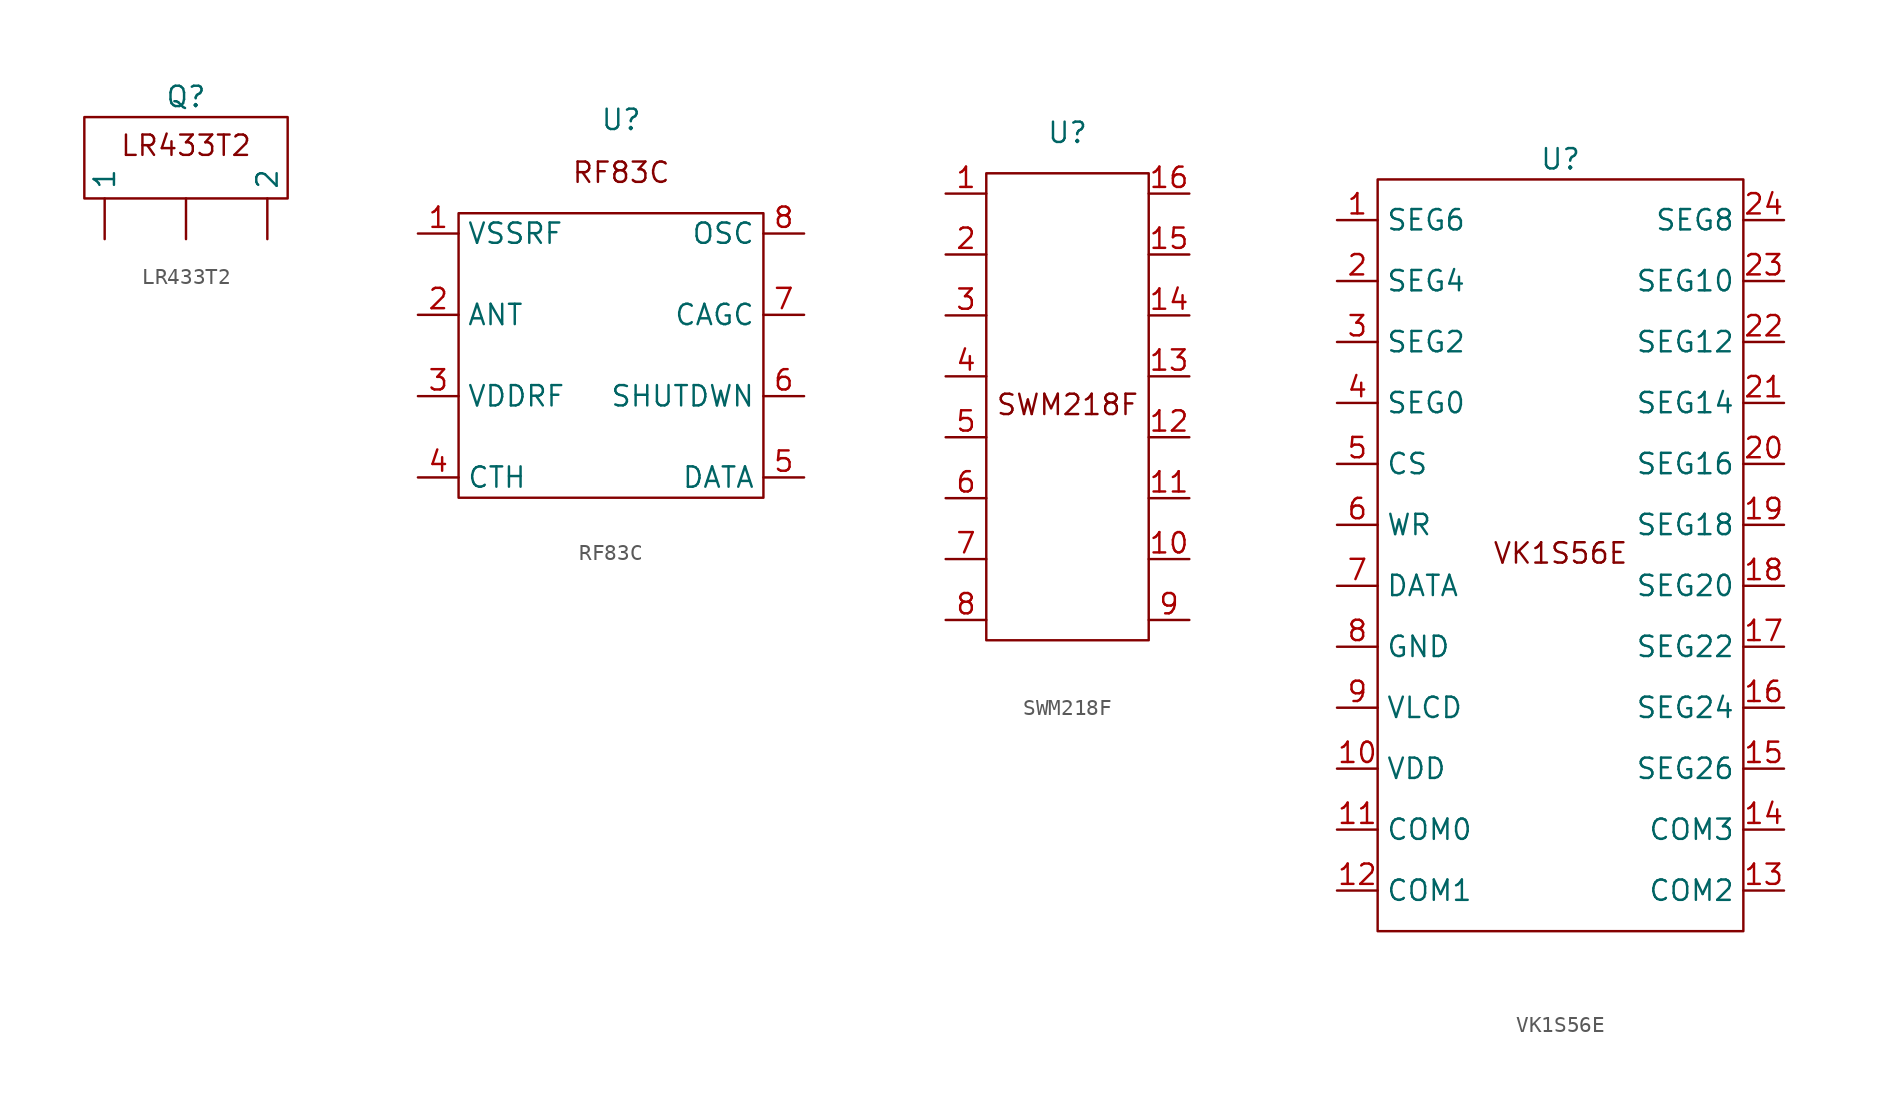
<source format=kicad_sym>
(kicad_symbol_lib
  (version 20231120)
  (generator "kicad_symbol_editor")
  (generator_version "8.0")
  (symbol "LR433T2"
    (property "Reference" "Q"
      (at 0 0 0)
      (effects (font (size 1.27 1.27))))
    (property "Value" ""
      (at 0 0 0)
      (effects (font (size 1.27 1.27))))
    (symbol "LR433T2_1_1"
      (rectangle (start 6.35 -6.35) (end -6.35 -1.27) (stroke (width 0) (type default)) (fill (type none)))
      (text "LR433T2" (at 0 -3.048 0) (effects (font (size 1.27 1.27))))
      (pin unspecified line (at 0 -8.89 90) (length 2.54) (name "" (effects (font (size 1.27 1.27)))) (number "" (effects (font (size 1.27 1.27)))))
      (pin unspecified line (at -5.08 -8.89 90) (length 2.54) (name "1" (effects (font (size 1.27 1.27)))) (number "" (effects (font (size 1.27 1.27)))))
      (pin unspecified line (at 5.08 -8.89 90) (length 2.54) (name "2" (effects (font (size 1.27 1.27)))) (number "" (effects (font (size 1.27 1.27)))))))
  (symbol "RF83C"
    (property "Reference" "U"
      (at 0 3.302 0)
      (effects (font (size 1.27 1.27))))
    (property "Value" ""
      (at 0 0 0)
      (effects (font (size 1.27 1.27))))
    (symbol "RF83C_0_1"
      (rectangle (start -10.16 -2.54) (end 8.89 -20.32) (stroke (width 0) (type default)) (fill (type none))))
    (symbol "RF83C_1_1"
      (text "RF83C" (at 0 0 0) (effects (font (size 1.27 1.27))))
      (pin unspecified line (at -12.7 -3.81 0) (length 2.54) (name "VSSRF" (effects (font (size 1.27 1.27)))) (number "1" (effects (font (size 1.27 1.27)))))
      (pin unspecified line (at -12.7 -8.89 0) (length 2.54) (name "ANT" (effects (font (size 1.27 1.27)))) (number "2" (effects (font (size 1.27 1.27)))))
      (pin unspecified line (at -12.7 -13.97 0) (length 2.54) (name "VDDRF" (effects (font (size 1.27 1.27)))) (number "3" (effects (font (size 1.27 1.27)))))
      (pin unspecified line (at -12.7 -19.05 0) (length 2.54) (name "CTH" (effects (font (size 1.27 1.27)))) (number "4" (effects (font (size 1.27 1.27)))))
      (pin unspecified line (at 11.43 -19.05 180) (length 2.54) (name "DATA" (effects (font (size 1.27 1.27)))) (number "5" (effects (font (size 1.27 1.27)))))
      (pin unspecified line (at 11.43 -13.97 180) (length 2.54) (name "SHUTDWN" (effects (font (size 1.27 1.27)))) (number "6" (effects (font (size 1.27 1.27)))))
      (pin unspecified line (at 11.43 -8.89 180) (length 2.54) (name "CAGC" (effects (font (size 1.27 1.27)))) (number "7" (effects (font (size 1.27 1.27)))))
      (pin unspecified line (at 11.43 -3.81 180) (length 2.54) (name "OSC" (effects (font (size 1.27 1.27)))) (number "8" (effects (font (size 1.27 1.27)))))))
  (symbol "SWM218F"
    (property "Reference" "U"
      (at 0 0 0)
      (effects (font (size 1.27 1.27))))
    (property "Value" ""
      (at 0 0 0)
      (effects (font (size 1.27 1.27))))
    (symbol "SWM218F_0_1"
      (rectangle (start -5.08 -2.54) (end 5.08 -31.75) (stroke (width 0) (type default)) (fill (type none))))
    (symbol "SWM218F_1_1"
      (text "SWM218F" (at 0 -17.018 0) (effects (font (size 1.27 1.27))))
      (pin unspecified line (at -7.62 -3.81 0) (length 2.54) (name "" (effects (font (size 1.27 1.27)))) (number "1" (effects (font (size 1.27 1.27)))))
      (pin unspecified line (at 7.62 -26.67 180) (length 2.54) (name "" (effects (font (size 1.27 1.27)))) (number "10" (effects (font (size 1.27 1.27)))))
      (pin unspecified line (at 7.62 -22.86 180) (length 2.54) (name "" (effects (font (size 1.27 1.27)))) (number "11" (effects (font (size 1.27 1.27)))))
      (pin unspecified line (at 7.62 -19.05 180) (length 2.54) (name "" (effects (font (size 1.27 1.27)))) (number "12" (effects (font (size 1.27 1.27)))))
      (pin unspecified line (at 7.62 -15.24 180) (length 2.54) (name "" (effects (font (size 1.27 1.27)))) (number "13" (effects (font (size 1.27 1.27)))))
      (pin unspecified line (at 7.62 -11.43 180) (length 2.54) (name "" (effects (font (size 1.27 1.27)))) (number "14" (effects (font (size 1.27 1.27)))))
      (pin unspecified line (at 7.62 -7.62 180) (length 2.54) (name "" (effects (font (size 1.27 1.27)))) (number "15" (effects (font (size 1.27 1.27)))))
      (pin unspecified line (at 7.62 -3.81 180) (length 2.54) (name "" (effects (font (size 1.27 1.27)))) (number "16" (effects (font (size 1.27 1.27)))))
      (pin unspecified line (at -7.62 -7.62 0) (length 2.54) (name "" (effects (font (size 1.27 1.27)))) (number "2" (effects (font (size 1.27 1.27)))))
      (pin unspecified line (at -7.62 -11.43 0) (length 2.54) (name "" (effects (font (size 1.27 1.27)))) (number "3" (effects (font (size 1.27 1.27)))))
      (pin unspecified line (at -7.62 -15.24 0) (length 2.54) (name "" (effects (font (size 1.27 1.27)))) (number "4" (effects (font (size 1.27 1.27)))))
      (pin unspecified line (at -7.62 -19.05 0) (length 2.54) (name "" (effects (font (size 1.27 1.27)))) (number "5" (effects (font (size 1.27 1.27)))))
      (pin unspecified line (at -7.62 -22.86 0) (length 2.54) (name "" (effects (font (size 1.27 1.27)))) (number "6" (effects (font (size 1.27 1.27)))))
      (pin unspecified line (at -7.62 -26.67 0) (length 2.54) (name "" (effects (font (size 1.27 1.27)))) (number "7" (effects (font (size 1.27 1.27)))))
      (pin unspecified line (at -7.62 -30.48 0) (length 2.54) (name "" (effects (font (size 1.27 1.27)))) (number "8" (effects (font (size 1.27 1.27)))))
      (pin unspecified line (at 7.62 -30.48 180) (length 2.54) (name "" (effects (font (size 1.27 1.27)))) (number "9" (effects (font (size 1.27 1.27)))))))
  (symbol "VK1S56E"
    (property "Reference" "U"
      (at 0 0 0)
      (effects (font (size 1.27 1.27))))
    (property "Value" ""
      (at 0 0 0)
      (effects (font (size 1.27 1.27))))
    (symbol "VK1S56E_0_1"
      (rectangle (start -11.43 -1.27) (end 11.43 -48.26) (stroke (width 0) (type default)) (fill (type none))))
    (symbol "VK1S56E_1_1"
      (text "VK1S56E" (at 0 -24.638 0) (effects (font (size 1.27 1.27))))
      (pin unspecified line (at -13.97 -3.81 0) (length 2.54) (name "SEG6" (effects (font (size 1.27 1.27)))) (number "1" (effects (font (size 1.27 1.27)))))
      (pin unspecified line (at -13.97 -38.1 0) (length 2.54) (name "VDD" (effects (font (size 1.27 1.27)))) (number "10" (effects (font (size 1.27 1.27)))))
      (pin unspecified line (at -13.97 -41.91 0) (length 2.54) (name "COM0" (effects (font (size 1.27 1.27)))) (number "11" (effects (font (size 1.27 1.27)))))
      (pin unspecified line (at -13.97 -45.72 0) (length 2.54) (name "COM1" (effects (font (size 1.27 1.27)))) (number "12" (effects (font (size 1.27 1.27)))))
      (pin unspecified line (at 13.97 -45.72 180) (length 2.54) (name "COM2" (effects (font (size 1.27 1.27)))) (number "13" (effects (font (size 1.27 1.27)))))
      (pin unspecified line (at 13.97 -41.91 180) (length 2.54) (name "COM3" (effects (font (size 1.27 1.27)))) (number "14" (effects (font (size 1.27 1.27)))))
      (pin unspecified line (at 13.97 -38.1 180) (length 2.54) (name "SEG26" (effects (font (size 1.27 1.27)))) (number "15" (effects (font (size 1.27 1.27)))))
      (pin unspecified line (at 13.97 -34.29 180) (length 2.54) (name "SEG24" (effects (font (size 1.27 1.27)))) (number "16" (effects (font (size 1.27 1.27)))))
      (pin unspecified line (at 13.97 -30.48 180) (length 2.54) (name "SEG22" (effects (font (size 1.27 1.27)))) (number "17" (effects (font (size 1.27 1.27)))))
      (pin unspecified line (at 13.97 -26.67 180) (length 2.54) (name "SEG20" (effects (font (size 1.27 1.27)))) (number "18" (effects (font (size 1.27 1.27)))))
      (pin unspecified line (at 13.97 -22.86 180) (length 2.54) (name "SEG18" (effects (font (size 1.27 1.27)))) (number "19" (effects (font (size 1.27 1.27)))))
      (pin unspecified line (at -13.97 -7.62 0) (length 2.54) (name "SEG4" (effects (font (size 1.27 1.27)))) (number "2" (effects (font (size 1.27 1.27)))))
      (pin unspecified line (at 13.97 -19.05 180) (length 2.54) (name "SEG16" (effects (font (size 1.27 1.27)))) (number "20" (effects (font (size 1.27 1.27)))))
      (pin unspecified line (at 13.97 -15.24 180) (length 2.54) (name "SEG14" (effects (font (size 1.27 1.27)))) (number "21" (effects (font (size 1.27 1.27)))))
      (pin unspecified line (at 13.97 -11.43 180) (length 2.54) (name "SEG12" (effects (font (size 1.27 1.27)))) (number "22" (effects (font (size 1.27 1.27)))))
      (pin unspecified line (at 13.97 -7.62 180) (length 2.54) (name "SEG10" (effects (font (size 1.27 1.27)))) (number "23" (effects (font (size 1.27 1.27)))))
      (pin unspecified line (at 13.97 -3.81 180) (length 2.54) (name "SEG8" (effects (font (size 1.27 1.27)))) (number "24" (effects (font (size 1.27 1.27)))))
      (pin unspecified line (at -13.97 -11.43 0) (length 2.54) (name "SEG2" (effects (font (size 1.27 1.27)))) (number "3" (effects (font (size 1.27 1.27)))))
      (pin unspecified line (at -13.97 -15.24 0) (length 2.54) (name "SEG0" (effects (font (size 1.27 1.27)))) (number "4" (effects (font (size 1.27 1.27)))))
      (pin unspecified line (at -13.97 -19.05 0) (length 2.54) (name "CS" (effects (font (size 1.27 1.27)))) (number "5" (effects (font (size 1.27 1.27)))))
      (pin unspecified line (at -13.97 -22.86 0) (length 2.54) (name "WR" (effects (font (size 1.27 1.27)))) (number "6" (effects (font (size 1.27 1.27)))))
      (pin unspecified line (at -13.97 -26.67 0) (length 2.54) (name "DATA" (effects (font (size 1.27 1.27)))) (number "7" (effects (font (size 1.27 1.27)))))
      (pin unspecified line (at -13.97 -30.48 0) (length 2.54) (name "GND" (effects (font (size 1.27 1.27)))) (number "8" (effects (font (size 1.27 1.27)))))
      (pin unspecified line (at -13.97 -34.29 0) (length 2.54) (name "VLCD" (effects (font (size 1.27 1.27)))) (number "9" (effects (font (size 1.27 1.27))))))))
</source>
